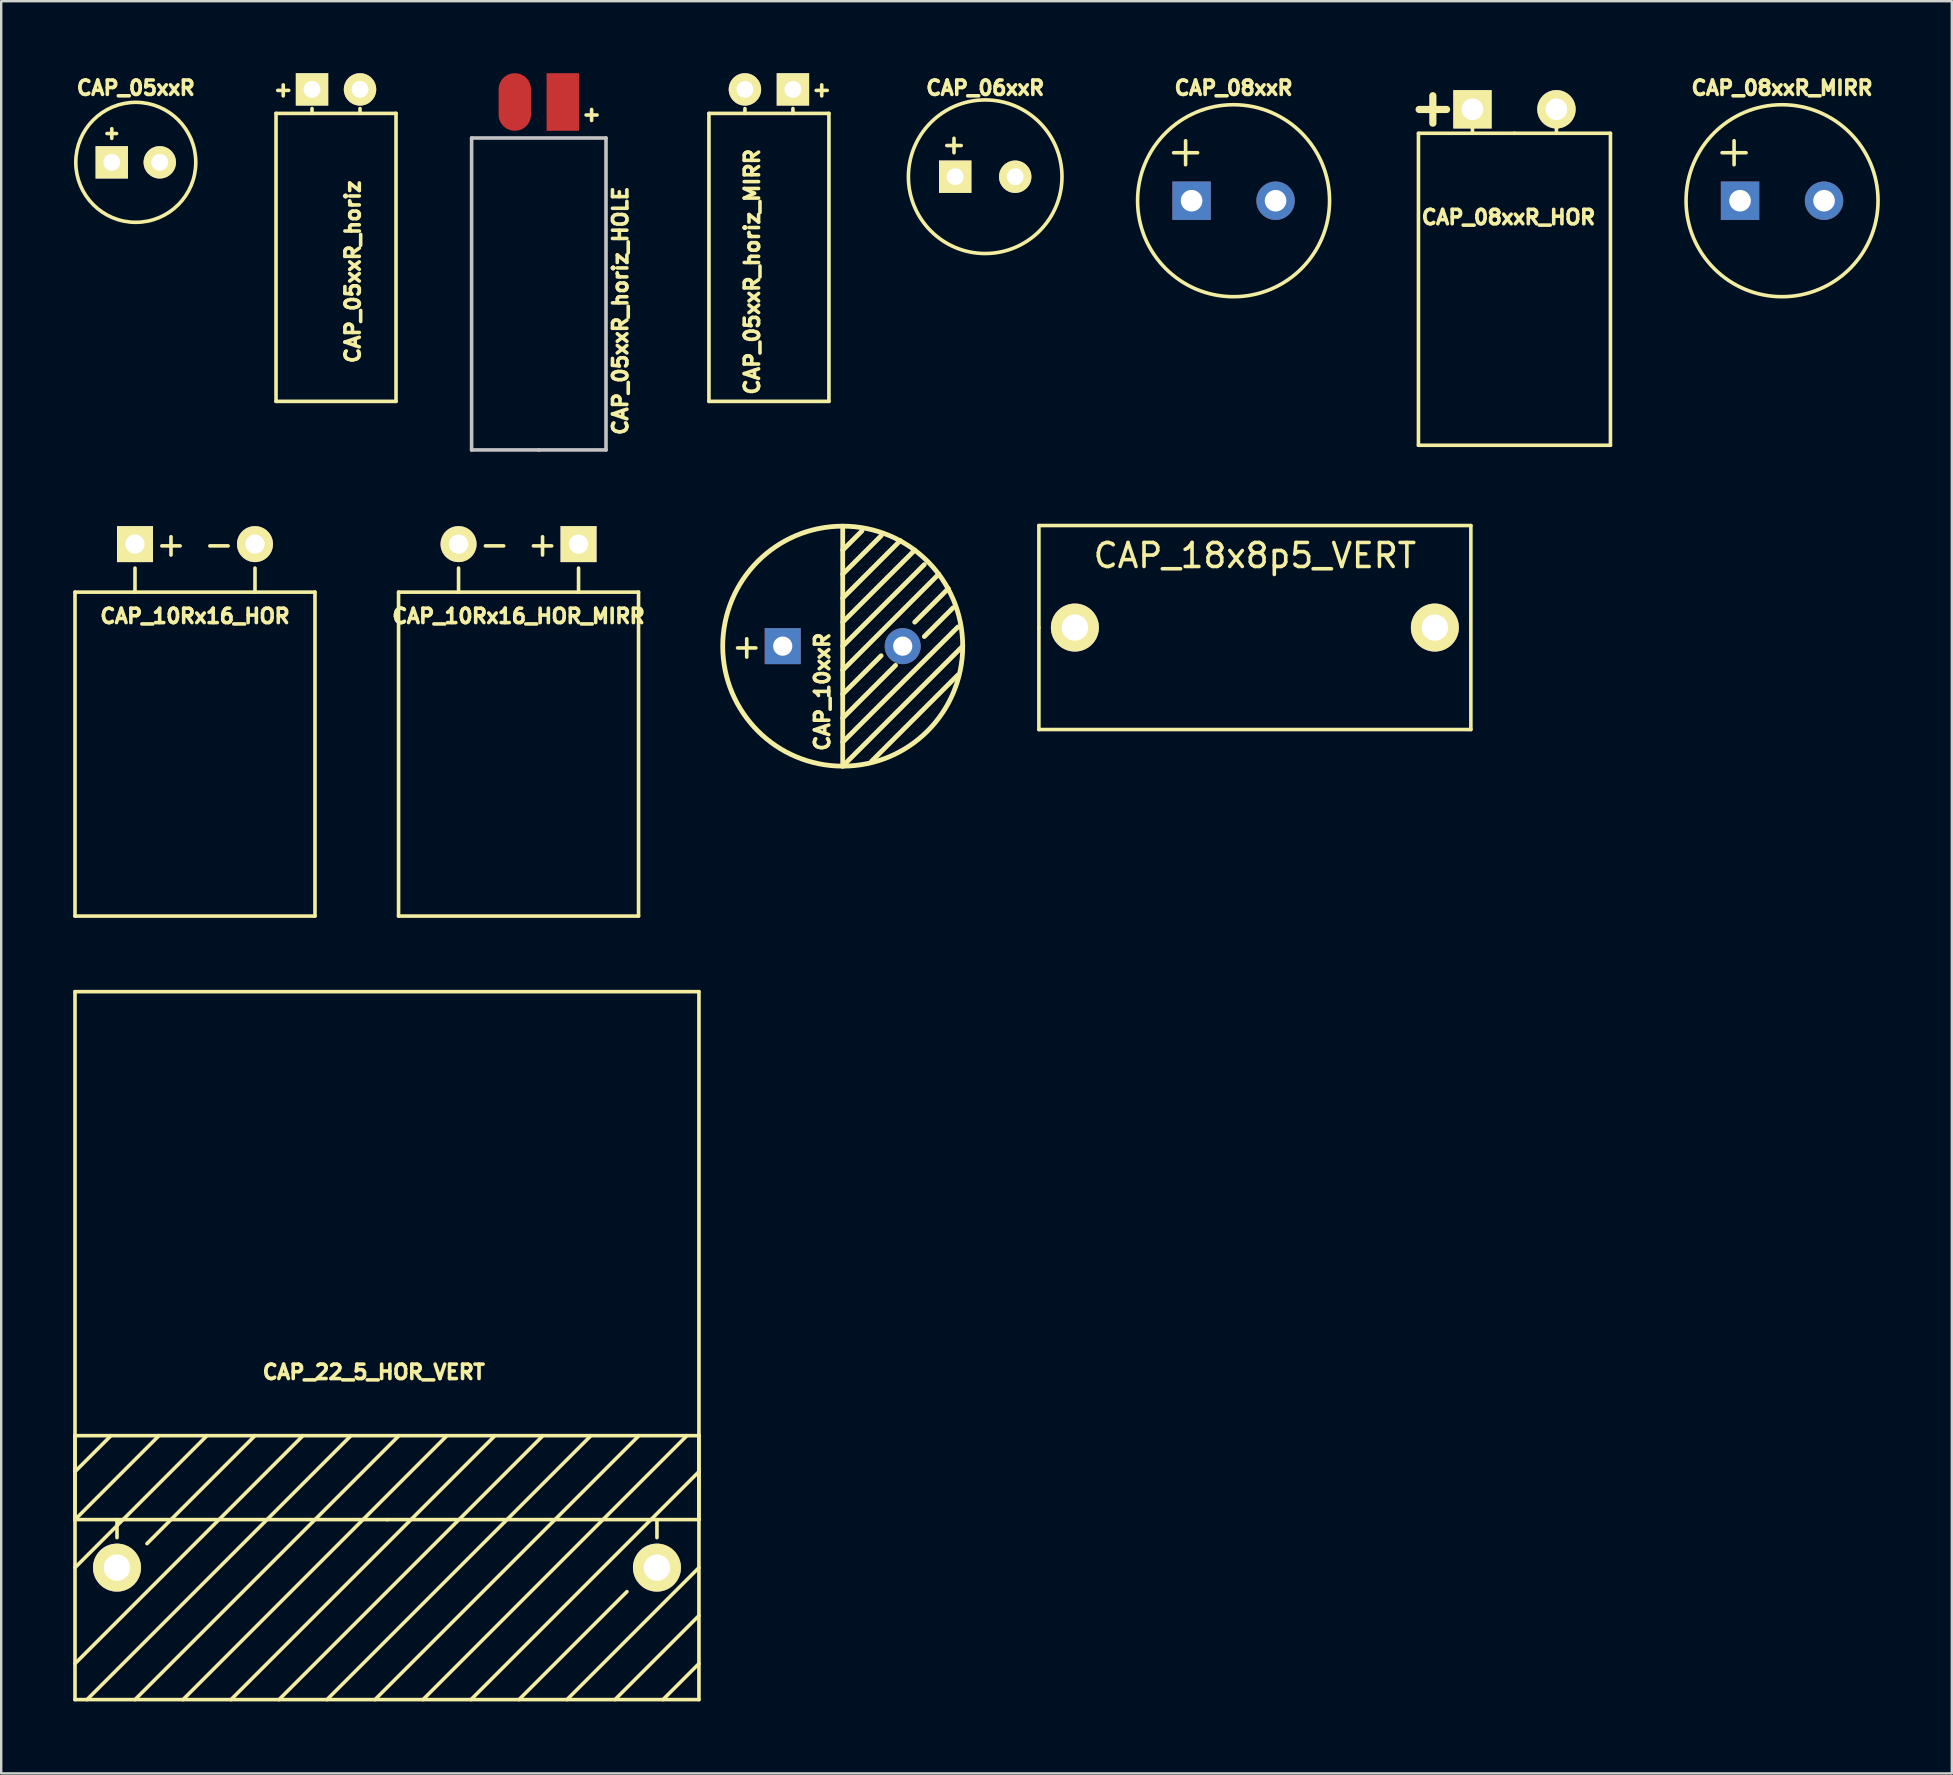
<source format=kicad_pcb>
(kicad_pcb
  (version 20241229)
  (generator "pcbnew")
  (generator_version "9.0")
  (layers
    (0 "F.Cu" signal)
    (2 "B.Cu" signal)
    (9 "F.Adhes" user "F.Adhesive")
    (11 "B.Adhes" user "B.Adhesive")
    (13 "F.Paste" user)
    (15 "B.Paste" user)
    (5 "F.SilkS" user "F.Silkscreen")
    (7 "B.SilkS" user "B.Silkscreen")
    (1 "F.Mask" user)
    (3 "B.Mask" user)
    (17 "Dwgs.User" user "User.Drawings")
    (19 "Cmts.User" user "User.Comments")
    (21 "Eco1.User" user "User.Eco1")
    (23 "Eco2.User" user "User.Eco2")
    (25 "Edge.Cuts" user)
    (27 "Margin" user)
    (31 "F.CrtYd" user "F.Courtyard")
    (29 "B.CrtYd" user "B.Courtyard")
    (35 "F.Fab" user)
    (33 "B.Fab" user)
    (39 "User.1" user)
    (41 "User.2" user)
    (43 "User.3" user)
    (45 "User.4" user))
  (footprint "CAP_06xxR"
    (layer "F.Cu")
    (at 38.003 4.314)
    (property "Reference" "CAP_06xxR" (at 0 -3.7 0) (layer "F.SilkS") (effects (font (size 0.6 0.6) (thickness 0.15))))
    (attr through_hole)
    (fp_line (start -1.6 -1.3) (end -1 -1.3) (stroke (width 0.15) (type solid)) (layer "F.SilkS"))
    (fp_line (start -1.3 -1) (end -1.3 -1.6) (stroke (width 0.15) (type solid)) (layer "F.SilkS"))
    (fp_circle (center 0 0) (end 3.2 0) (stroke (width 0.15) (type solid)) (fill no) (layer "F.SilkS"))
    (pad "1" thru_hole rect (at -1.25 0) (size 1.35 1.35) (drill 0.7) (layers "*.Cu" "*.Mask" "F.SilkS"))
    (pad "2" thru_hole circle (at 1.25 0) (size 1.35 1.35) (drill 0.7) (layers "*.Cu" "*.Mask" "F.SilkS")))
  (footprint "CAP_08xxR_MIRR"
    (layer "F.Cu")
    (at 71.208 5.314)
    (property "Reference" "CAP_08xxR_MIRR" (at 0 -4.7 0) (layer "F.SilkS") (effects (font (size 0.6 0.6) (thickness 0.15))))
    (attr through_hole)
    (fp_line (start -2.499 -1.999) (end -1.499 -1.999) (stroke (width 0.15) (type solid)) (layer "F.SilkS"))
    (fp_line (start -1.999 -2.499) (end -1.999 -1.501) (stroke (width 0.15) (type solid)) (layer "F.SilkS"))
    (fp_circle (center 0 0) (end 4 0) (stroke (width 0.15) (type solid)) (fill no) (layer "F.SilkS"))
    (pad "1" thru_hole rect (at -1.75 0) (size 1.6 1.6) (drill 0.9) (layers "*.Cu" "*.Mask"))
    (pad "2" thru_hole circle (at 1.75 0) (size 1.6 1.6) (drill 0.9) (layers "*.Cu" "*.Mask")))
  (footprint "CAP_05xxR_horiz"
    (layer "F.Cu")
    (at 10.952 0.675)
    (property "Reference" "CAP_05xxR_horiz" (at 0.7 7.6 90) (layer "F.SilkS") (effects (font (size 0.6 0.6) (thickness 0.15))))
    (attr through_hole)
    (fp_line (start -2.5 1) (end 2.5 1) (stroke (width 0.15) (type solid)) (layer "F.SilkS"))
    (fp_line (start -2.5 13) (end -2.5 1) (stroke (width 0.15) (type solid)) (layer "F.SilkS"))
    (fp_line (start -1 0.8) (end -1 1) (stroke (width 0.15) (type solid)) (layer "F.SilkS"))
    (fp_line (start 1 0.8) (end 1 1) (stroke (width 0.15) (type solid)) (layer "F.SilkS"))
    (fp_line (start 2.5 1) (end 2.5 13) (stroke (width 0.15) (type solid)) (layer "F.SilkS"))
    (fp_line (start 2.5 13) (end -2.5 13) (stroke (width 0.15) (type solid)) (layer "F.SilkS"))
    (fp_text user "+" (at -2.2 0 0) (layer "F.SilkS") (effects (font (size 0.6 0.6) (thickness 0.15))))
    (pad "1" thru_hole rect (at -1 0) (size 1.35 1.35) (drill 0.7) (layers "*.Cu" "*.Mask" "F.SilkS"))
    (pad "2" thru_hole circle (at 1 0) (size 1.35 1.35) (drill 0.7) (layers "*.Cu" "*.Mask" "F.SilkS")))
  (footprint "CAP_10Rx16_HOR"
    (layer "F.Cu")
    (at 5.075 19.623)
    (property "Reference" "CAP_10Rx16_HOR" (at 0 3 0) (layer "F.SilkS") (effects (font (size 0.6 0.6) (thickness 0.15))))
    (attr through_hole)
    (fp_line (start -5 2) (end 5 2) (stroke (width 0.15) (type solid)) (layer "F.SilkS"))
    (fp_line (start -5 15.5) (end -5 2) (stroke (width 0.15) (type solid)) (layer "F.SilkS"))
    (fp_line (start -2.5 2) (end -2.5 1) (stroke (width 0.15) (type solid)) (layer "F.SilkS"))
    (fp_line (start 2.5 2) (end 2.5 1) (stroke (width 0.15) (type solid)) (layer "F.SilkS"))
    (fp_line (start 5 2) (end 5 15.5) (stroke (width 0.15) (type solid)) (layer "F.SilkS"))
    (fp_line (start 5 15.5) (end -5 15.5) (stroke (width 0.15) (type solid)) (layer "F.SilkS"))
    (fp_text user "-" (at 1 0 0) (layer "F.SilkS") (effects (font (size 1 1) (thickness 0.15))))
    (fp_text user "+" (at -1 0 0) (layer "F.SilkS") (effects (font (size 1 1) (thickness 0.15))))
    (pad "1" thru_hole rect (at -2.5 0) (size 1.5 1.5) (drill 0.8) (layers "*.Cu" "*.Mask" "F.SilkS"))
    (pad "2" thru_hole circle (at 2.5 0) (size 1.5 1.5) (drill 0.8) (layers "*.Cu" "*.Mask" "F.SilkS")))
  (footprint "CAP_22_5_HOR_VERT"
    (layer "F.Cu")
    (at 13.075 62.273)
    (property "Reference" "CAP_22_5_HOR_VERT" (at -0.55 -8.15 0) (layer "F.SilkS") (effects (font (size 0.6 0.6) (thickness 0.15))))
    (attr through_hole)
    (fp_line (start -13 -24) (end -13 -2) (stroke (width 0.15) (type solid)) (layer "F.SilkS"))
    (fp_line (start -13 -5.5) (end 13 -5.5) (stroke (width 0.15) (type solid)) (layer "F.SilkS"))
    (fp_line (start -13 -2) (end -9.5 -5.5) (stroke (width 0.15) (type solid)) (layer "F.SilkS"))
    (fp_line (start -13 -2) (end 0 -2) (stroke (width 0.15) (type solid)) (layer "F.SilkS"))
    (fp_line (start -13 5.5) (end -13 -5.5) (stroke (width 0.15) (type solid)) (layer "F.SilkS"))
    (fp_line (start -11.5 -5.5) (end -13 -4) (stroke (width 0.15) (type solid)) (layer "F.SilkS"))
    (fp_line (start -11.25 -1.25) (end -11.25 -2) (stroke (width 0.15) (type solid)) (layer "F.SilkS"))
    (fp_line (start -7.5 -5.5) (end -13 0) (stroke (width 0.15) (type solid)) (layer "F.SilkS"))
    (fp_line (start -5.5 -5.5) (end -10 -1) (stroke (width 0.15) (type solid)) (layer "F.SilkS"))
    (fp_line (start -4.5 5.5) (end 6.5 -5.5) (stroke (width 0.15) (type solid)) (layer "F.SilkS"))
    (fp_line (start -3.5 -5.5) (end -13 4) (stroke (width 0.15) (type solid)) (layer "F.SilkS"))
    (fp_line (start -1.5 -5.5) (end -12.5 5.5) (stroke (width 0.15) (type solid)) (layer "F.SilkS"))
    (fp_line (start -0.5 5.5) (end 10.5 -5.5) (stroke (width 0.15) (type solid)) (layer "F.SilkS"))
    (fp_line (start 0 -2) (end 13 -2) (stroke (width 0.15) (type solid)) (layer "F.SilkS"))
    (fp_line (start 0.5 -5.5) (end -10.5 5.5) (stroke (width 0.15) (type solid)) (layer "F.SilkS"))
    (fp_line (start 2.5 -5.5) (end -8.5 5.5) (stroke (width 0.15) (type solid)) (layer "F.SilkS"))
    (fp_line (start 3.5 5.5) (end 13 -4) (stroke (width 0.15) (type solid)) (layer "F.SilkS"))
    (fp_line (start 4.5 -5.5) (end -6.5 5.5) (stroke (width 0.15) (type solid)) (layer "F.SilkS"))
    (fp_line (start 5.5 5.5) (end 10 1) (stroke (width 0.15) (type solid)) (layer "F.SilkS"))
    (fp_line (start 7.5 5.5) (end 13 0) (stroke (width 0.15) (type solid)) (layer "F.SilkS"))
    (fp_line (start 8.5 -5.5) (end -2.5 5.5) (stroke (width 0.15) (type solid)) (layer "F.SilkS"))
    (fp_line (start 9.5 5.5) (end 13 2) (stroke (width 0.15) (type solid)) (layer "F.SilkS"))
    (fp_line (start 11.25 -1.25) (end 11.25 -2) (stroke (width 0.15) (type solid)) (layer "F.SilkS"))
    (fp_line (start 11.5 5.5) (end 13 4) (stroke (width 0.15) (type solid)) (layer "F.SilkS"))
    (fp_line (start 12.5 -5.5) (end 1.5 5.5) (stroke (width 0.15) (type solid)) (layer "F.SilkS"))
    (fp_line (start 13 -24) (end -13 -24) (stroke (width 0.15) (type solid)) (layer "F.SilkS"))
    (fp_line (start 13 -5.5) (end 13 5.5) (stroke (width 0.15) (type solid)) (layer "F.SilkS"))
    (fp_line (start 13 -2) (end 13 -24) (stroke (width 0.15) (type solid)) (layer "F.SilkS"))
    (fp_line (start 13 5.5) (end -13 5.5) (stroke (width 0.15) (type solid)) (layer "F.SilkS"))
    (pad "1" thru_hole circle (at -11.25 0 180) (size 2 2) (drill 1.1) (layers "*.Cu" "*.Mask" "F.SilkS"))
    (pad "2" thru_hole circle (at 11.25 0 180) (size 2 2) (drill 1.1) (layers "*.Cu" "*.Mask" "F.SilkS")))
  (footprint "CAP_08xxR"
    (layer "F.Cu")
    (at 48.353 5.314)
    (property "Reference" "CAP_08xxR" (at 0 -4.7 0) (layer "F.SilkS") (effects (font (size 0.6 0.6) (thickness 0.15))))
    (attr through_hole)
    (fp_line (start -2.499 -1.999) (end -1.499 -1.999) (stroke (width 0.15) (type solid)) (layer "F.SilkS"))
    (fp_line (start -1.999 -2.499) (end -1.999 -1.501) (stroke (width 0.15) (type solid)) (layer "F.SilkS"))
    (fp_circle (center 0 0) (end 4 0) (stroke (width 0.15) (type solid)) (fill no) (layer "F.SilkS"))
    (pad "1" thru_hole rect (at -1.75 0) (size 1.6 1.6) (drill 0.9) (layers "*.Cu" "*.Mask"))
    (pad "2" thru_hole circle (at 1.75 0) (size 1.6 1.6) (drill 0.9) (layers "*.Cu" "*.Mask")))
  (footprint "CAP_10xxR"
    (layer "F.Cu")
    (at 32.066 23.875)
    (property "Reference" "CAP_10xxR" (at -0.85 1.9 90) (layer "F.SilkS") (effects (font (size 0.6 0.6) (thickness 0.15))))
    (attr through_hole)
    (fp_line (start 0 -5) (end 0 5) (stroke (width 0.2) (type solid)) (layer "F.SilkS"))
    (fp_line (start 0 -4) (end 0.8 -4.8) (stroke (width 0.2) (type solid)) (layer "F.SilkS"))
    (fp_line (start 0 -3) (end 1.6 -4.6) (stroke (width 0.2) (type solid)) (layer "F.SilkS"))
    (fp_line (start 0 -2) (end 2.4 -4.4) (stroke (width 0.2) (type solid)) (layer "F.SilkS"))
    (fp_line (start 0 -1) (end 3 -4) (stroke (width 0.2) (type solid)) (layer "F.SilkS"))
    (fp_line (start 0 0) (end 3.4 -3.4) (stroke (width 0.2) (type solid)) (layer "F.SilkS"))
    (fp_line (start 0 1) (end 4 -3) (stroke (width 0.2) (type solid)) (layer "F.SilkS"))
    (fp_line (start 0 2) (end 1.6 0.4) (stroke (width 0.2) (type solid)) (layer "F.SilkS"))
    (fp_line (start 0 3) (end 2.2 0.8) (stroke (width 0.2) (type solid)) (layer "F.SilkS"))
    (fp_line (start 0 4) (end 4.8 -0.8) (stroke (width 0.2) (type solid)) (layer "F.SilkS"))
    (fp_line (start 0 5) (end 5 0) (stroke (width 0.2) (type solid)) (layer "F.SilkS"))
    (fp_line (start 1.2 4.8) (end 4.8 1.2) (stroke (width 0.2) (type solid)) (layer "F.SilkS"))
    (fp_line (start 3 -1) (end 4.4 -2.4) (stroke (width 0.2) (type solid)) (layer "F.SilkS"))
    (fp_line (start 3.4 -0.4) (end 4.6 -1.6) (stroke (width 0.2) (type solid)) (layer "F.SilkS"))
    (fp_circle (center 0 0) (end 5 0) (stroke (width 0.2) (type solid)) (fill no) (layer "F.SilkS"))
    (fp_text user "+" (at -4 0 0) (layer "F.SilkS") (effects (font (size 1 1) (thickness 0.15))))
    (pad "1" thru_hole rect (at -2.5 0) (size 1.5 1.5) (drill 0.8) (layers "*.Cu" "*.Mask"))
    (pad "2" thru_hole circle (at 2.5 0) (size 1.5 1.5) (drill 0.8) (layers "*.Cu" "*.Mask")))
  (footprint "CAP_08xxR_HOR"
    (layer "F.Cu")
    (at 60.057 1.504)
    (property "Reference" "CAP_08xxR_HOR" (at -0.25 4.5 0) (layer "F.SilkS") (effects (font (size 0.6 0.6) (thickness 0.15))))
    (attr through_hole)
    (fp_line (start -4 1) (end 0 1) (stroke (width 0.15) (type solid)) (layer "F.SilkS"))
    (fp_line (start -4 14) (end -4 1) (stroke (width 0.15) (type solid)) (layer "F.SilkS"))
    (fp_line (start -1.75 1) (end -1.75 0.75) (stroke (width 0.15) (type solid)) (layer "F.SilkS"))
    (fp_line (start 0 1) (end 4 1) (stroke (width 0.15) (type solid)) (layer "F.SilkS"))
    (fp_line (start 1.75 0.75) (end 1.75 1) (stroke (width 0.15) (type solid)) (layer "F.SilkS"))
    (fp_line (start 4 1) (end 4 14) (stroke (width 0.15) (type solid)) (layer "F.SilkS"))
    (fp_line (start 4 14) (end -4 14) (stroke (width 0.15) (type solid)) (layer "F.SilkS"))
    (fp_text user "+" (at -3.4 -0.1 0) (layer "F.SilkS") (effects (font (size 1.5 1.5) (thickness 0.3))))
    (pad "1" thru_hole rect (at -1.75 0) (size 1.6 1.6) (drill 0.9) (layers "*.Cu" "*.Mask" "F.SilkS"))
    (pad "2" thru_hole circle (at 1.75 0) (size 1.6 1.6) (drill 0.9) (layers "*.Cu" "*.Mask" "F.SilkS")))
  (footprint "CAP_05xxR_horiz_HOLE"
    (layer "F.Cu")
    (at 19.402 2.2)
    (property "Reference" "CAP_05xxR_horiz_HOLE" (at 3.4 7.7 90) (layer "F.SilkS") (effects (font (size 0.6 0.6) (thickness 0.15))))
    (attr through_hole)
    (fp_line (start -2.8 0.5) (end 2.8 0.5) (stroke (width 0.15) (type solid)) (layer "Dwgs.User"))
    (fp_line (start -2.8 13.5) (end -2.8 0.5) (stroke (width 0.15) (type solid)) (layer "Dwgs.User"))
    (fp_line (start 0 13.5) (end -2.8 13.5) (stroke (width 0.15) (type solid)) (layer "Dwgs.User"))
    (fp_line (start 2.8 0.5) (end 2.8 13.5) (stroke (width 0.15) (type solid)) (layer "Dwgs.User"))
    (fp_line (start 2.8 13.5) (end 0 13.5) (stroke (width 0.15) (type solid)) (layer "Dwgs.User"))
    (fp_text user "+" (at 2.2 -0.5 0) (layer "F.SilkS") (effects (font (size 0.6 0.6) (thickness 0.15))))
    (pad "1" smd rect (at 1 -1) (size 1.35 2.4) (layers "F.Cu" "F.Mask" "F.Paste"))
    (pad "2" smd oval (at -1 -1) (size 1.35 2.4) (layers "F.Cu" "F.Mask" "F.Paste")))
  (footprint "CAP_18x8p5_VERT"
    (layer "F.Cu")
    (at 49.241 23.1)
    (property "Reference" "CAP_18x8p5_VERT" (at 0 -3 0) (layer "F.SilkS") (effects (font (size 1 1) (thickness 0.15))))
    (attr through_hole)
    (fp_line (start -9 -4.25) (end 9 -4.25) (stroke (width 0.15) (type solid)) (layer "F.SilkS"))
    (fp_line (start -9 0) (end -9 -4.25) (stroke (width 0.15) (type solid)) (layer "F.SilkS"))
    (fp_line (start -9 4.25) (end -9 0) (stroke (width 0.15) (type solid)) (layer "F.SilkS"))
    (fp_line (start 9 -4.25) (end 9 4.25) (stroke (width 0.15) (type solid)) (layer "F.SilkS"))
    (fp_line (start 9 4.25) (end -9 4.25) (stroke (width 0.15) (type solid)) (layer "F.SilkS"))
    (pad "1" thru_hole circle (at -7.5 0 180) (size 2 2) (drill 1.1) (layers "*.Cu" "*.Mask" "F.SilkS"))
    (pad "2" thru_hole circle (at 7.5 0 180) (size 2 2) (drill 1.1) (layers "*.Cu" "*.Mask" "F.SilkS")))
  (footprint "CAP_10Rx16_HOR_MIRR"
    (layer "F.Cu")
    (at 18.558 19.623)
    (property "Reference" "CAP_10Rx16_HOR_MIRR" (at 0 3 0) (layer "F.SilkS") (effects (font (size 0.6 0.6) (thickness 0.15))))
    (attr through_hole)
    (fp_line (start -5 2) (end 5 2) (stroke (width 0.15) (type solid)) (layer "F.SilkS"))
    (fp_line (start -5 15.5) (end -5 2) (stroke (width 0.15) (type solid)) (layer "F.SilkS"))
    (fp_line (start -2.5 2) (end -2.5 1) (stroke (width 0.15) (type solid)) (layer "F.SilkS"))
    (fp_line (start 2.5 2) (end 2.5 1) (stroke (width 0.15) (type solid)) (layer "F.SilkS"))
    (fp_line (start 5 2) (end 5 15.5) (stroke (width 0.15) (type solid)) (layer "F.SilkS"))
    (fp_line (start 5 15.5) (end -5 15.5) (stroke (width 0.15) (type solid)) (layer "F.SilkS"))
    (fp_text user "+" (at 1 0 0) (layer "F.SilkS") (effects (font (size 1 1) (thickness 0.15))))
    (fp_text user "-" (at -1 0 0) (layer "F.SilkS") (effects (font (size 1 1) (thickness 0.15))))
    (pad "1" thru_hole rect (at 2.5 0 180) (size 1.5 1.5) (drill 0.8) (layers "*.Cu" "*.Mask" "F.SilkS"))
    (pad "2" thru_hole circle (at -2.5 0 180) (size 1.5 1.5) (drill 0.8) (layers "*.Cu" "*.Mask" "F.SilkS")))
  (footprint "CAP_05xxR"
    (layer "F.Cu")
    (at 2.608 3.714)
    (property "Reference" "CAP_05xxR" (at 0 -3.1 0) (layer "F.SilkS") (effects (font (size 0.6 0.6) (thickness 0.15))))
    (attr through_hole)
    (fp_line (start -1.2 -1.2) (end -0.8 -1.2) (stroke (width 0.15) (type solid)) (layer "F.SilkS"))
    (fp_line (start -1 -1) (end -1 -1.4) (stroke (width 0.15) (type solid)) (layer "F.SilkS"))
    (fp_circle (center 0 0) (end 2.5 0) (stroke (width 0.15) (type solid)) (fill no) (layer "F.SilkS"))
    (pad "1" thru_hole rect (at -1 0) (size 1.35 1.35) (drill 0.7) (layers "*.Cu" "*.Mask" "F.SilkS"))
    (pad "2" thru_hole circle (at 1 0) (size 1.35 1.35) (drill 0.7) (layers "*.Cu" "*.Mask" "F.SilkS")))
  (footprint "CAP_05xxR_horiz_MIRR"
    (layer "F.Cu")
    (at 28.991 0.675)
    (property "Reference" "CAP_05xxR_horiz_MIRR" (at -0.7 7.6 270) (layer "F.SilkS") (effects (font (size 0.6 0.6) (thickness 0.15))))
    (attr through_hole)
    (fp_line (start -2.5 1) (end -2.5 13) (stroke (width 0.15) (type solid)) (layer "F.SilkS"))
    (fp_line (start -2.5 13) (end 2.5 13) (stroke (width 0.15) (type solid)) (layer "F.SilkS"))
    (fp_line (start -1 0.8) (end -1 1) (stroke (width 0.15) (type solid)) (layer "F.SilkS"))
    (fp_line (start 1 0.8) (end 1 1) (stroke (width 0.15) (type solid)) (layer "F.SilkS"))
    (fp_line (start 2.5 1) (end -2.5 1) (stroke (width 0.15) (type solid)) (layer "F.SilkS"))
    (fp_line (start 2.5 13) (end 2.5 1) (stroke (width 0.15) (type solid)) (layer "F.SilkS"))
    (fp_text user "+" (at 2.2 0 0) (layer "F.SilkS") (effects (font (size 0.6 0.6) (thickness 0.15))))
    (pad "1" thru_hole rect (at 1 0 180) (size 1.35 1.35) (drill 0.7) (layers "*.Cu" "*.Mask" "F.SilkS"))
    (pad "2" thru_hole circle (at -1 0 180) (size 1.35 1.35) (drill 0.7) (layers "*.Cu" "*.Mask" "F.SilkS")))
  (gr_rect
    (start -3 -3)
    (end 78.283 70.848)
    (stroke (width 0.1) (type default))
    (fill no)
    (layer "Edge.Cuts")))
</source>
